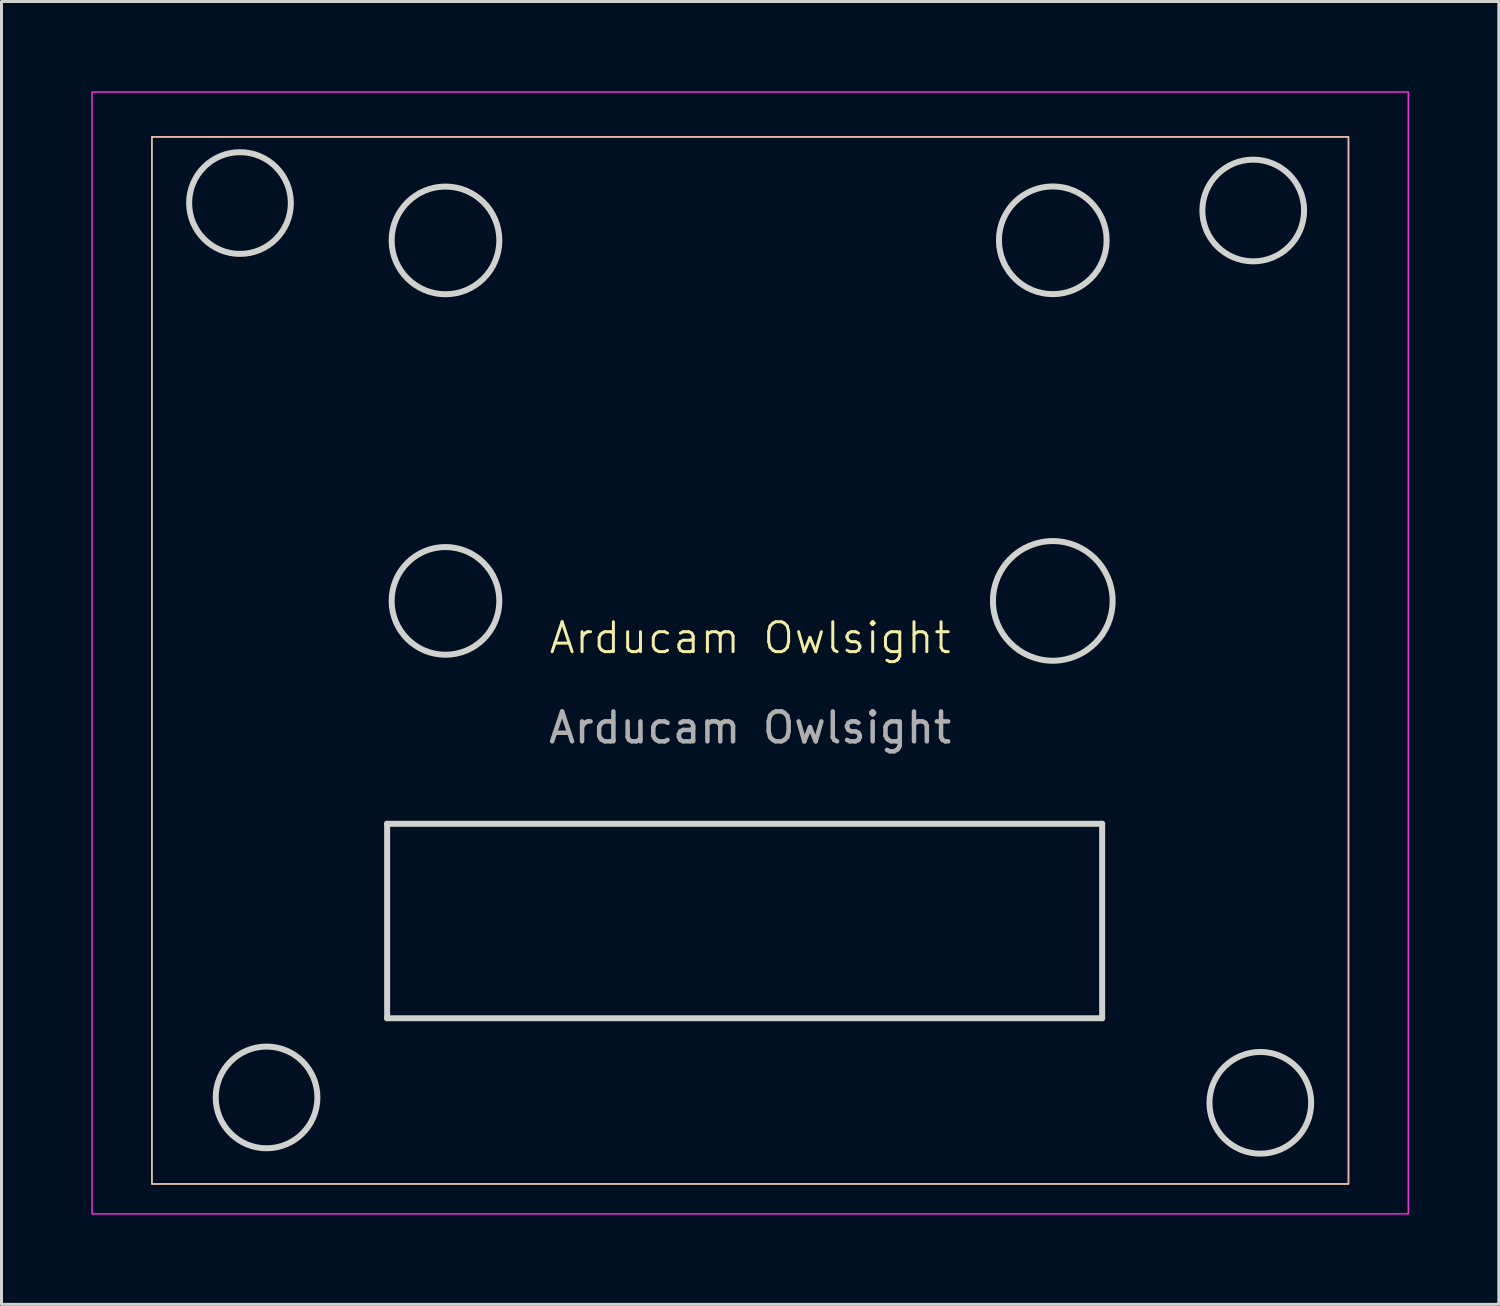
<source format=kicad_pcb>
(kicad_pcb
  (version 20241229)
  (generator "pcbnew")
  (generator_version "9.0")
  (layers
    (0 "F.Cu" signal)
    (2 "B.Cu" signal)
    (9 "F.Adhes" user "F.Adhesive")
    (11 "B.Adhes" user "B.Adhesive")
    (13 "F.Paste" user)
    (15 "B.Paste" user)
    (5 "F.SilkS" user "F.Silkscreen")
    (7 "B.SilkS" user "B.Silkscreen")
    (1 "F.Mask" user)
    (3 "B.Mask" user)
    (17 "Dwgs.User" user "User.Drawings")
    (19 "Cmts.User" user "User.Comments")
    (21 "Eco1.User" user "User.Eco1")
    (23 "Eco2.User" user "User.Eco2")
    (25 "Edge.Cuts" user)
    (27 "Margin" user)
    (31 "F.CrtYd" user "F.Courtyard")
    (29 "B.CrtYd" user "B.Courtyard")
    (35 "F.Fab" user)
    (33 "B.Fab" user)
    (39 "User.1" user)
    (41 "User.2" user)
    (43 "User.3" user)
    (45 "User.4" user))
  (footprint "Arducam Owlsight"
    (layer "F.Cu")
    (at 22.025 18.775)
    (property "Reference" "Arducam Owlsight" (at 0 -0.5 0) (unlocked yes) (layer "F.SilkS") (effects (font (size 1 1) (thickness 0.1))))
    (attr smd exclude_from_pos_files exclude_from_bom)
    (fp_rect (start -20 -17.25) (end 20 17.75) (stroke (width 0.05) (type solid)) (fill no) (layer "F.SilkS"))
    (fp_rect (start -20 -17.25) (end 20 17.75) (stroke (width 0.05) (type solid)) (fill no) (layer "B.SilkS"))
    (fp_line (start -12.134 5.711) (end 11.766 5.711) (stroke (width 0.2) (type default)) (layer "Edge.Cuts"))
    (fp_line (start -12.134 12.211) (end -12.134 5.711) (stroke (width 0.2) (type default)) (layer "Edge.Cuts"))
    (fp_line (start 11.766 5.711) (end 11.766 12.211) (stroke (width 0.2) (type default)) (layer "Edge.Cuts"))
    (fp_line (start 11.766 12.211) (end -12.134 12.211) (stroke (width 0.2) (type default)) (layer "Edge.Cuts"))
    (fp_circle (center -17.053 -15.038) (end -15.353 -15.038) (stroke (width 0.2) (type default)) (fill no) (layer "Edge.Cuts"))
    (fp_circle (center -16.165 14.858) (end -14.465 14.858) (stroke (width 0.2) (type default)) (fill no) (layer "Edge.Cuts"))
    (fp_circle (center -10.184 -13.789) (end -8.384 -13.789) (stroke (width 0.2) (type solid)) (fill no) (layer "Edge.Cuts"))
    (fp_circle (center -10.184 -1.739) (end -8.384 -1.739) (stroke (width 0.2) (type solid)) (fill no) (layer "Edge.Cuts"))
    (fp_circle (center 10.116 -13.793) (end 11.916 -13.793) (stroke (width 0.2) (type solid)) (fill no) (layer "Edge.Cuts"))
    (fp_circle (center 10.116 -1.739) (end 12.116 -1.739) (stroke (width 0.2) (type solid)) (fill no) (layer "Edge.Cuts"))
    (fp_circle (center 16.816 -14.789) (end 18.516 -14.789) (stroke (width 0.2) (type default)) (fill no) (layer "Edge.Cuts"))
    (fp_circle (center 17.053 15.038) (end 18.753 15.038) (stroke (width 0.2) (type default)) (fill no) (layer "Edge.Cuts"))
    (fp_rect (start -22 -18.75) (end 22 18.75) (stroke (width 0.05) (type solid)) (fill no) (layer "F.CrtYd"))
    (fp_text user "${REFERENCE}" (at 0 2.5 0) (unlocked yes) (layer "F.Fab") (effects (font (size 1 1) (thickness 0.15)))))
  (gr_rect
    (start -3 -3)
    (end 47.05 40.55)
    (stroke (width 0.1) (type default))
    (fill no)
    (layer "Edge.Cuts")))
</source>
